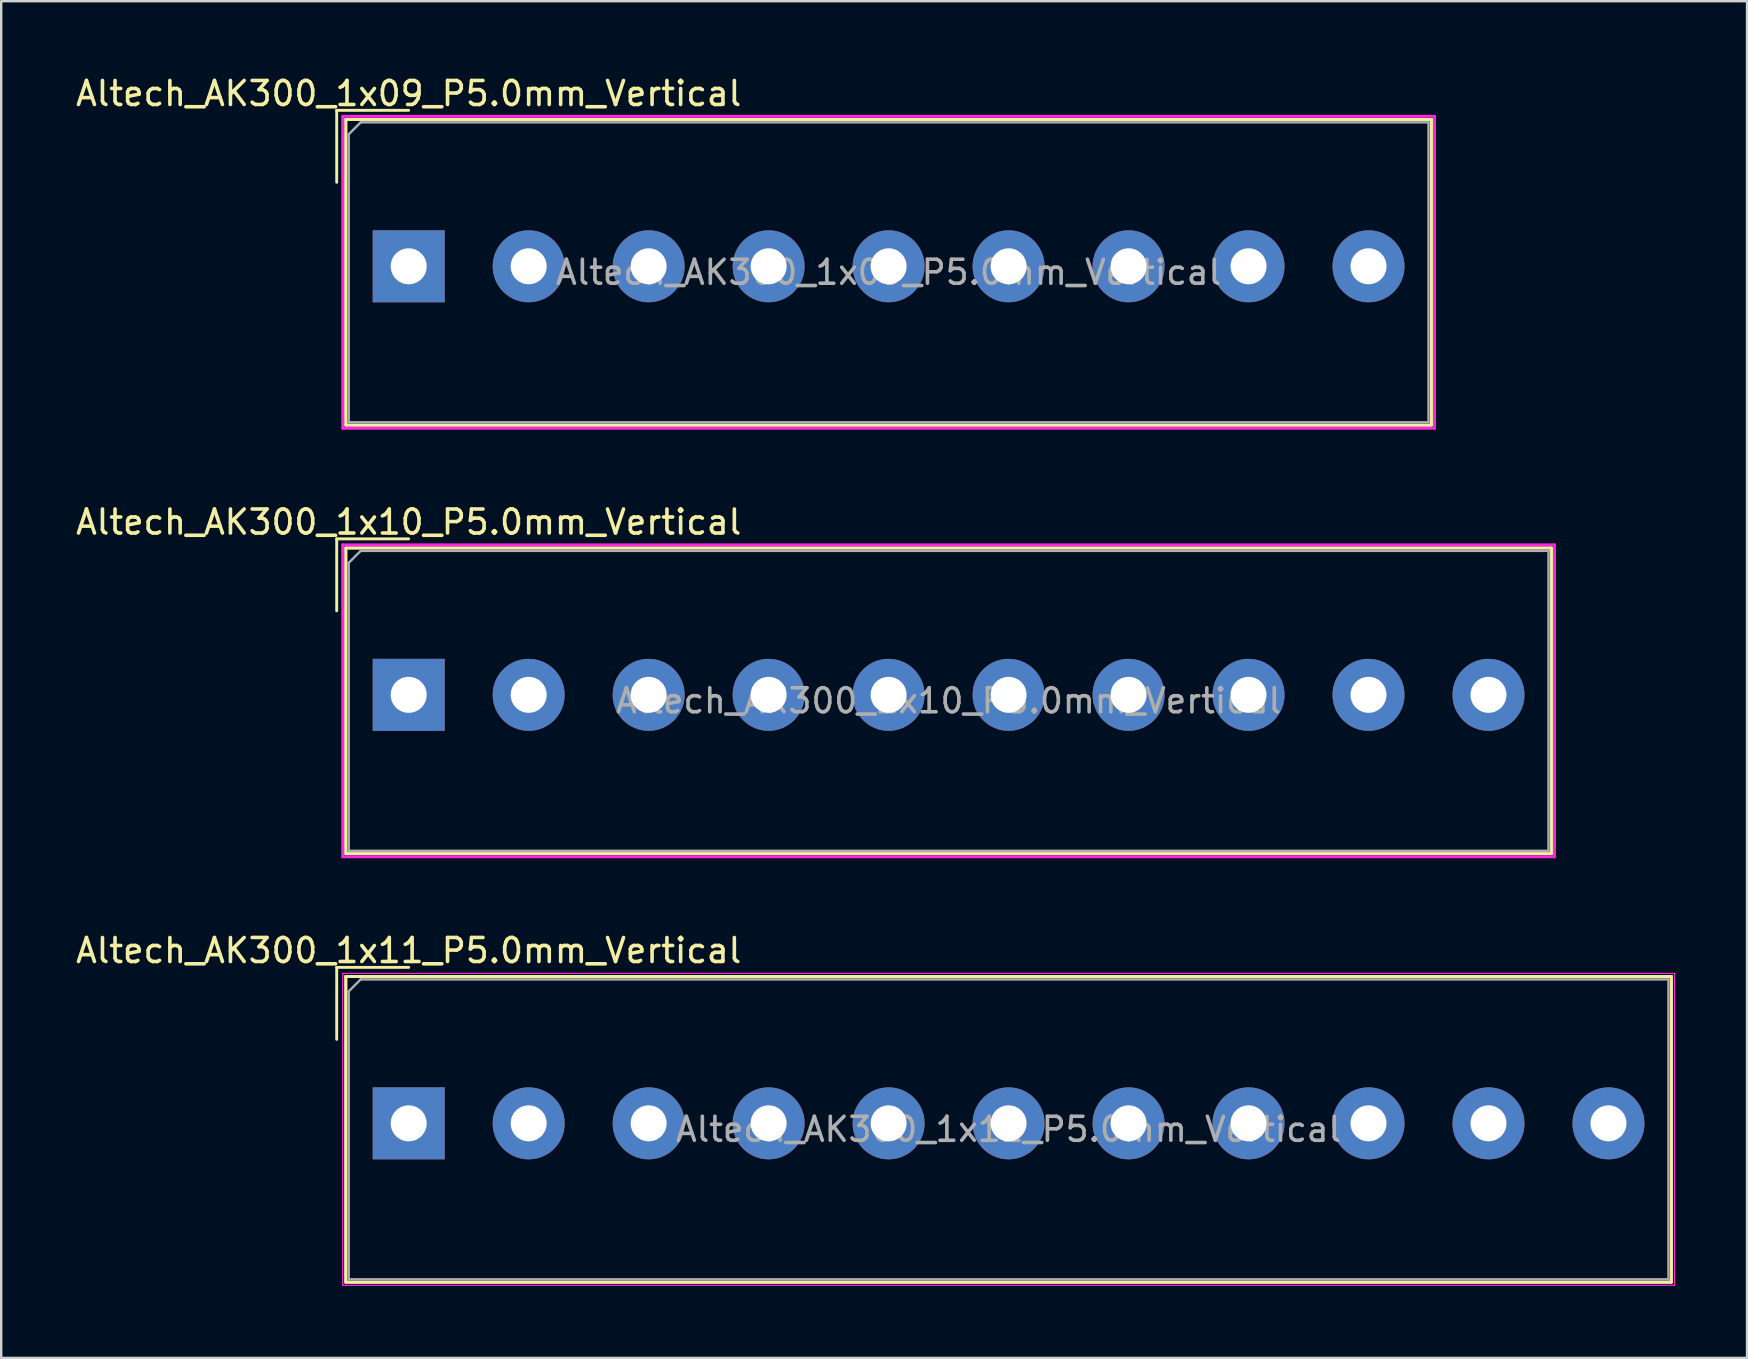
<source format=kicad_pcb>
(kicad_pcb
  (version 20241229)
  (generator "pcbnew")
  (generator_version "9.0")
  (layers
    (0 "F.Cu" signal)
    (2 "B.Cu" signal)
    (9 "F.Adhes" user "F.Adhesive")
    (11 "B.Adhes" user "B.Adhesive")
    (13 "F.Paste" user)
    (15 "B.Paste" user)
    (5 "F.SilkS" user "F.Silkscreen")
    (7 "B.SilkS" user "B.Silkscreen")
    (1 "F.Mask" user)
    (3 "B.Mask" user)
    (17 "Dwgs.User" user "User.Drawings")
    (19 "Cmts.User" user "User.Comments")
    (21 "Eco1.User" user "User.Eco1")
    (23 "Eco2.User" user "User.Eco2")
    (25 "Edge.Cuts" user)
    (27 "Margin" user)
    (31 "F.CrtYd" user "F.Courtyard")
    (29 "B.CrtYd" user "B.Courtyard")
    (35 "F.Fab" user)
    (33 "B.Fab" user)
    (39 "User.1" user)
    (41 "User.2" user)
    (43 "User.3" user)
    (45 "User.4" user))
  (footprint "Altech_AK300_1x10_P5.0mm_Vertical"
    (layer "F.Cu")
    (at 13.982 25.907)
    (property "Reference" "Altech_AK300_1x10_P5.0mm_Vertical" (at 0 -7.2 0) (layer "F.SilkS") (effects (font (size 1 1) (thickness 0.15))))
    (attr through_hole)
    (fp_line (start -3 -6.5) (end 0 -6.5) (stroke (width 0.12) (type solid)) (layer "F.SilkS"))
    (fp_line (start -3 -3.5) (end -3 -6.5) (stroke (width 0.12) (type solid)) (layer "F.SilkS"))
    (fp_line (start -2.62 -6.12) (end -2.62 6.62) (stroke (width 0.12) (type solid)) (layer "F.SilkS"))
    (fp_line (start -2.62 -6.12) (end -2.62 6.62) (stroke (width 0.12) (type solid)) (layer "F.SilkS"))
    (fp_line (start -2.62 -6.12) (end 47.62 -6.12) (stroke (width 0.12) (type solid)) (layer "F.SilkS"))
    (fp_line (start -2.62 -6.12) (end 47.62 -6.12) (stroke (width 0.12) (type solid)) (layer "F.SilkS"))
    (fp_line (start -2.62 6.62) (end 47.62 6.62) (stroke (width 0.12) (type solid)) (layer "F.SilkS"))
    (fp_line (start -2.62 6.62) (end 47.62 6.62) (stroke (width 0.12) (type solid)) (layer "F.SilkS"))
    (fp_line (start 47.62 -6.12) (end 47.62 6.62) (stroke (width 0.12) (type solid)) (layer "F.SilkS"))
    (fp_line (start 47.62 -6.12) (end 47.62 6.62) (stroke (width 0.12) (type solid)) (layer "F.SilkS"))
    (fp_line (start -2.75 -6.25) (end -2.75 6.75) (stroke (width 0.12) (type solid)) (layer "F.CrtYd"))
    (fp_line (start -2.75 -6.25) (end 47.75 -6.25) (stroke (width 0.12) (type solid)) (layer "F.CrtYd"))
    (fp_line (start -2.75 6.75) (end 47.75 6.75) (stroke (width 0.12) (type solid)) (layer "F.CrtYd"))
    (fp_line (start 47.75 -6.25) (end 47.75 6.75) (stroke (width 0.12) (type solid)) (layer "F.CrtYd"))
    (fp_line (start -2.5 -5.5) (end -2 -6) (stroke (width 0.1) (type solid)) (layer "F.Fab"))
    (fp_line (start -2.5 6.5) (end -2.5 -5.5) (stroke (width 0.1) (type solid)) (layer "F.Fab"))
    (fp_line (start -2 -6) (end 47.5 -6) (stroke (width 0.1) (type solid)) (layer "F.Fab"))
    (fp_line (start 47.5 -6) (end 47.5 6.5) (stroke (width 0.1) (type solid)) (layer "F.Fab"))
    (fp_line (start 47.5 6.5) (end -2.5 6.5) (stroke (width 0.1) (type solid)) (layer "F.Fab"))
    (fp_text user "${REFERENCE}" (at 22.5 0.25 0) (layer "F.Fab") (effects (font (size 1 1) (thickness 0.15))))
    (pad "1" thru_hole rect (at 0 0) (size 3 3) (drill 1.5) (layers "*.Cu" "*.Mask"))
    (pad "2" thru_hole circle (at 5 0) (size 3 3) (drill 1.5) (layers "*.Cu" "*.Mask"))
    (pad "3" thru_hole circle (at 10 0) (size 3 3) (drill 1.5) (layers "*.Cu" "*.Mask"))
    (pad "4" thru_hole circle (at 15 0) (size 3 3) (drill 1.5) (layers "*.Cu" "*.Mask"))
    (pad "5" thru_hole circle (at 20 0) (size 3 3) (drill 1.5) (layers "*.Cu" "*.Mask"))
    (pad "6" thru_hole circle (at 25 0) (size 3 3) (drill 1.5) (layers "*.Cu" "*.Mask"))
    (pad "7" thru_hole circle (at 30 0) (size 3 3) (drill 1.5) (layers "*.Cu" "*.Mask"))
    (pad "8" thru_hole circle (at 35 0) (size 3 3) (drill 1.5) (layers "*.Cu" "*.Mask"))
    (pad "9" thru_hole circle (at 40 0) (size 3 3) (drill 1.5) (layers "*.Cu" "*.Mask"))
    (pad "10" thru_hole circle (at 45 0) (size 3 3) (drill 1.5) (layers "*.Cu" "*.Mask")))
  (footprint "Altech_AK300_1x11_P5.0mm_Vertical"
    (layer "F.Cu")
    (at 13.982 43.765)
    (property "Reference" "Altech_AK300_1x11_P5.0mm_Vertical" (at 0 -7.2 0) (layer "F.SilkS") (effects (font (size 1 1) (thickness 0.15))))
    (attr through_hole)
    (fp_line (start -3 -6.5) (end 0 -6.5) (stroke (width 0.12) (type solid)) (layer "F.SilkS"))
    (fp_line (start -3 -3.5) (end -3 -6.5) (stroke (width 0.12) (type solid)) (layer "F.SilkS"))
    (fp_line (start -2.62 -6.12) (end -2.62 6.62) (stroke (width 0.12) (type solid)) (layer "F.SilkS"))
    (fp_line (start -2.62 -6.12) (end -2.62 6.62) (stroke (width 0.12) (type solid)) (layer "F.SilkS"))
    (fp_line (start -2.62 -6.12) (end 52.62 -6.12) (stroke (width 0.12) (type solid)) (layer "F.SilkS"))
    (fp_line (start -2.62 -6.12) (end 52.62 -6.12) (stroke (width 0.12) (type solid)) (layer "F.SilkS"))
    (fp_line (start -2.62 6.62) (end 52.62 6.62) (stroke (width 0.12) (type solid)) (layer "F.SilkS"))
    (fp_line (start -2.62 6.62) (end 52.62 6.62) (stroke (width 0.12) (type solid)) (layer "F.SilkS"))
    (fp_line (start 52.62 -6.12) (end 52.62 6.62) (stroke (width 0.12) (type solid)) (layer "F.SilkS"))
    (fp_line (start 52.62 -6.12) (end 52.62 6.62) (stroke (width 0.12) (type solid)) (layer "F.SilkS"))
    (fp_line (start -2.75 -6.25) (end -2.75 6.75) (stroke (width 0.05) (type solid)) (layer "F.CrtYd"))
    (fp_line (start -2.75 -6.25) (end 52.75 -6.25) (stroke (width 0.05) (type solid)) (layer "F.CrtYd"))
    (fp_line (start -2.75 6.75) (end 52.75 6.75) (stroke (width 0.05) (type solid)) (layer "F.CrtYd"))
    (fp_line (start 52.75 -6.25) (end 52.75 6.75) (stroke (width 0.05) (type solid)) (layer "F.CrtYd"))
    (fp_line (start -2.5 -5.5) (end -2 -6) (stroke (width 0.1) (type solid)) (layer "F.Fab"))
    (fp_line (start -2.5 6.5) (end -2.5 -5.5) (stroke (width 0.1) (type solid)) (layer "F.Fab"))
    (fp_line (start -2 -6) (end 52.5 -6) (stroke (width 0.1) (type solid)) (layer "F.Fab"))
    (fp_line (start 52.5 -6) (end 52.5 6.5) (stroke (width 0.1) (type solid)) (layer "F.Fab"))
    (fp_line (start 52.5 6.5) (end -2.5 6.5) (stroke (width 0.1) (type solid)) (layer "F.Fab"))
    (fp_text user "${REFERENCE}" (at 25 0.25 0) (layer "F.Fab") (effects (font (size 1 1) (thickness 0.15))))
    (pad "1" thru_hole rect (at 0 0) (size 3 3) (drill 1.5) (layers "*.Cu" "*.Mask"))
    (pad "2" thru_hole circle (at 5 0) (size 3 3) (drill 1.5) (layers "*.Cu" "*.Mask"))
    (pad "3" thru_hole circle (at 10 0) (size 3 3) (drill 1.5) (layers "*.Cu" "*.Mask"))
    (pad "4" thru_hole circle (at 15 0) (size 3 3) (drill 1.5) (layers "*.Cu" "*.Mask"))
    (pad "5" thru_hole circle (at 20 0) (size 3 3) (drill 1.5) (layers "*.Cu" "*.Mask"))
    (pad "6" thru_hole circle (at 25 0) (size 3 3) (drill 1.5) (layers "*.Cu" "*.Mask"))
    (pad "7" thru_hole circle (at 30 0) (size 3 3) (drill 1.5) (layers "*.Cu" "*.Mask"))
    (pad "8" thru_hole circle (at 35 0) (size 3 3) (drill 1.5) (layers "*.Cu" "*.Mask"))
    (pad "9" thru_hole circle (at 40 0) (size 3 3) (drill 1.5) (layers "*.Cu" "*.Mask"))
    (pad "10" thru_hole circle (at 45 0) (size 3 3) (drill 1.5) (layers "*.Cu" "*.Mask"))
    (pad "11" thru_hole circle (at 50 0) (size 3 3) (drill 1.5) (layers "*.Cu" "*.Mask")))
  (footprint "Altech_AK300_1x09_P5.0mm_Vertical"
    (layer "F.Cu")
    (at 13.982 8.048)
    (property "Reference" "Altech_AK300_1x09_P5.0mm_Vertical" (at 0 -7.2 0) (layer "F.SilkS") (effects (font (size 1 1) (thickness 0.15))))
    (attr through_hole)
    (fp_line (start -3 -6.5) (end 0 -6.5) (stroke (width 0.12) (type solid)) (layer "F.SilkS"))
    (fp_line (start -3 -3.5) (end -3 -6.5) (stroke (width 0.12) (type solid)) (layer "F.SilkS"))
    (fp_line (start -2.62 -6.12) (end -2.62 6.62) (stroke (width 0.12) (type solid)) (layer "F.SilkS"))
    (fp_line (start -2.62 -6.12) (end -2.62 6.62) (stroke (width 0.12) (type solid)) (layer "F.SilkS"))
    (fp_line (start -2.62 -6.12) (end 42.62 -6.12) (stroke (width 0.12) (type solid)) (layer "F.SilkS"))
    (fp_line (start -2.62 -6.12) (end 42.62 -6.12) (stroke (width 0.12) (type solid)) (layer "F.SilkS"))
    (fp_line (start -2.62 6.62) (end 42.62 6.62) (stroke (width 0.12) (type solid)) (layer "F.SilkS"))
    (fp_line (start -2.62 6.62) (end 42.62 6.62) (stroke (width 0.12) (type solid)) (layer "F.SilkS"))
    (fp_line (start 42.62 -6.12) (end 42.62 6.62) (stroke (width 0.12) (type solid)) (layer "F.SilkS"))
    (fp_line (start 42.62 -6.12) (end 42.62 6.62) (stroke (width 0.12) (type solid)) (layer "F.SilkS"))
    (fp_line (start -2.75 -6.25) (end -2.75 6.75) (stroke (width 0.12) (type solid)) (layer "F.CrtYd"))
    (fp_line (start -2.75 -6.25) (end 42.75 -6.25) (stroke (width 0.12) (type solid)) (layer "F.CrtYd"))
    (fp_line (start -2.75 6.75) (end 42.75 6.75) (stroke (width 0.12) (type solid)) (layer "F.CrtYd"))
    (fp_line (start 42.75 -6.25) (end 42.75 6.75) (stroke (width 0.12) (type solid)) (layer "F.CrtYd"))
    (fp_line (start -2.5 -5.5) (end -2 -6) (stroke (width 0.1) (type solid)) (layer "F.Fab"))
    (fp_line (start -2.5 6.5) (end -2.5 -5.5) (stroke (width 0.1) (type solid)) (layer "F.Fab"))
    (fp_line (start -2 -6) (end 42.5 -6) (stroke (width 0.1) (type solid)) (layer "F.Fab"))
    (fp_line (start 42.5 -6) (end 42.5 6.5) (stroke (width 0.1) (type solid)) (layer "F.Fab"))
    (fp_line (start 42.5 6.5) (end -2.5 6.5) (stroke (width 0.1) (type solid)) (layer "F.Fab"))
    (fp_text user "${REFERENCE}" (at 20 0.25 0) (layer "F.Fab") (effects (font (size 1 1) (thickness 0.15))))
    (pad "1" thru_hole rect (at 0 0) (size 3 3) (drill 1.5) (layers "*.Cu" "*.Mask"))
    (pad "2" thru_hole circle (at 5 0) (size 3 3) (drill 1.5) (layers "*.Cu" "*.Mask"))
    (pad "3" thru_hole circle (at 10 0) (size 3 3) (drill 1.5) (layers "*.Cu" "*.Mask"))
    (pad "4" thru_hole circle (at 15 0) (size 3 3) (drill 1.5) (layers "*.Cu" "*.Mask"))
    (pad "5" thru_hole circle (at 20 0) (size 3 3) (drill 1.5) (layers "*.Cu" "*.Mask"))
    (pad "6" thru_hole circle (at 25 0) (size 3 3) (drill 1.5) (layers "*.Cu" "*.Mask"))
    (pad "7" thru_hole circle (at 30 0) (size 3 3) (drill 1.5) (layers "*.Cu" "*.Mask"))
    (pad "8" thru_hole circle (at 35 0) (size 3 3) (drill 1.5) (layers "*.Cu" "*.Mask"))
    (pad "9" thru_hole circle (at 40 0) (size 3 3) (drill 1.5) (layers "*.Cu" "*.Mask")))
  (gr_rect
    (start -3 -3)
    (end 69.757 53.54)
    (stroke (width 0.1) (type default))
    (fill no)
    (layer "Edge.Cuts")))
</source>
